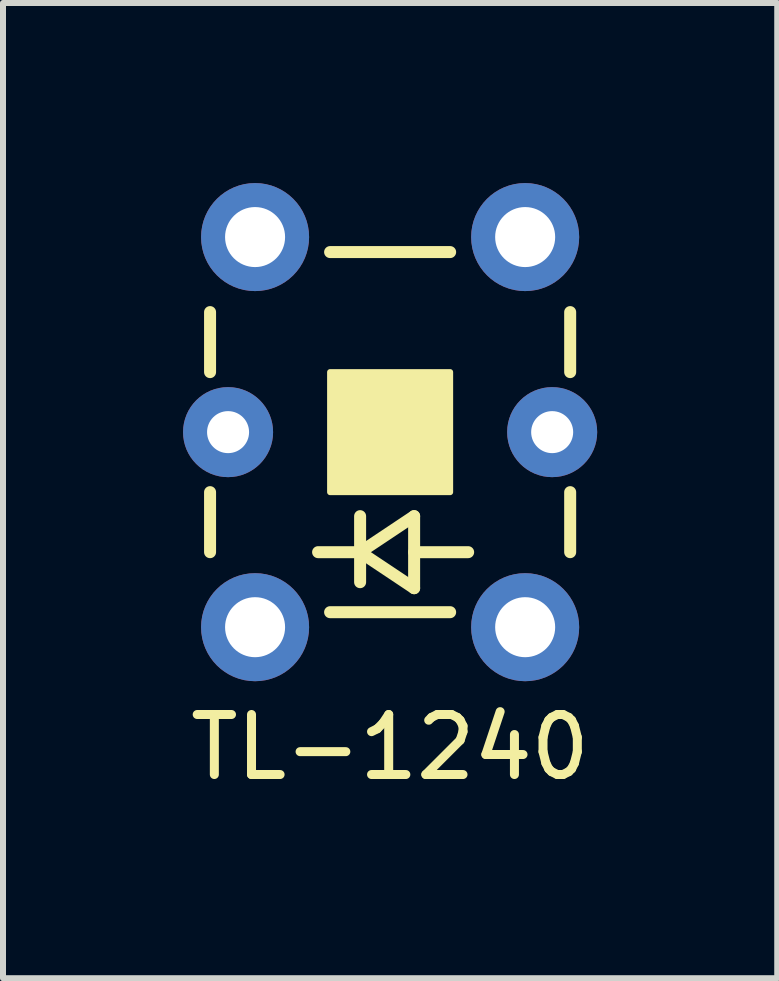
<source format=kicad_pcb>
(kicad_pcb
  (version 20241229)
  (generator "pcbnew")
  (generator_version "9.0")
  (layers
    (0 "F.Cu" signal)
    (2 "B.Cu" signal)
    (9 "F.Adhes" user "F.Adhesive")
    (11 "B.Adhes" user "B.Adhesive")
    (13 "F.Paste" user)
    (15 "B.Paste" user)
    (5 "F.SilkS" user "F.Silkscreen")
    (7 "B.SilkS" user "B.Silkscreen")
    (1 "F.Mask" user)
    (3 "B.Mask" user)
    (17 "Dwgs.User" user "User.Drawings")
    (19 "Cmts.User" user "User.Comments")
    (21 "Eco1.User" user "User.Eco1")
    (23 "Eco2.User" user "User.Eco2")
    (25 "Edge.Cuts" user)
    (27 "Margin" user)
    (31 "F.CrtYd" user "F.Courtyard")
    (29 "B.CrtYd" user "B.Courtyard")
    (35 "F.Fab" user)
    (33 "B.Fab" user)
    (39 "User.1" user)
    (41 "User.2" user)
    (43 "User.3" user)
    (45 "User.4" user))
  (footprint "TL-1240"
    (layer "F.Cu")
    (at 3.45 4.15)
    (property "Reference" "TL-1240" (at 0 5.25 0) (layer "F.SilkS") (effects (font (size 1 1) (thickness 0.15))))
    (attr through_hole)
    (fp_line (start -3 -1) (end -3 -2) (stroke (width 0.2) (type solid)) (layer "F.SilkS"))
    (fp_line (start -3 1) (end -3 2) (stroke (width 0.2) (type solid)) (layer "F.SilkS"))
    (fp_line (start -1.2 2) (end -0.5 2) (stroke (width 0.2) (type solid)) (layer "F.SilkS"))
    (fp_line (start -1 -3) (end 1 -3) (stroke (width 0.2) (type solid)) (layer "F.SilkS"))
    (fp_line (start -1 3) (end 1 3) (stroke (width 0.2) (type solid)) (layer "F.SilkS"))
    (fp_line (start -0.5 1.4) (end -0.5 2.5) (stroke (width 0.2) (type solid)) (layer "F.SilkS"))
    (fp_line (start -0.5 2) (end 0.4 1.4) (stroke (width 0.2) (type solid)) (layer "F.SilkS"))
    (fp_line (start 0.4 1.4) (end 0.4 2.6) (stroke (width 0.2) (type solid)) (layer "F.SilkS"))
    (fp_line (start 0.4 2) (end 1.3 2) (stroke (width 0.2) (type solid)) (layer "F.SilkS"))
    (fp_line (start 0.4 2.6) (end -0.5 2) (stroke (width 0.2) (type solid)) (layer "F.SilkS"))
    (fp_line (start 3 -1) (end 3 -2) (stroke (width 0.2) (type solid)) (layer "F.SilkS"))
    (fp_line (start 3 1) (end 3 2) (stroke (width 0.2) (type solid)) (layer "F.SilkS"))
    (fp_poly (pts (xy 1 1) (xy -1 1) (xy -1 -1) (xy 1 -1)) (stroke (width 0.1) (type solid)) (fill yes) (layer "F.SilkS"))
    (pad "1" thru_hole circle (at 2.25 -3.25) (size 1.8 1.8) (drill 1) (layers "*.Cu" "*.Mask"))
    (pad "2" thru_hole circle (at 2.25 3.25) (size 1.8 1.8) (drill 1) (layers "*.Cu" "*.Mask"))
    (pad "3" thru_hole circle (at -2.25 -3.25) (size 1.8 1.8) (drill 1) (layers "*.Cu" "*.Mask"))
    (pad "4" thru_hole circle (at -2.25 3.25) (size 1.8 1.8) (drill 1) (layers "*.Cu" "*.Mask"))
    (pad "5" thru_hole circle (at -2.7 0) (size 1.5 1.5) (drill 0.7) (layers "*.Cu" "*.Mask"))
    (pad "6" thru_hole circle (at 2.7 0) (size 1.5 1.5) (drill 0.7) (layers "*.Cu" "*.Mask")))
  (gr_rect
    (start -3 -3)
    (end 9.9 13.248)
    (stroke (width 0.1) (type default))
    (fill no)
    (layer "Edge.Cuts")))
</source>
